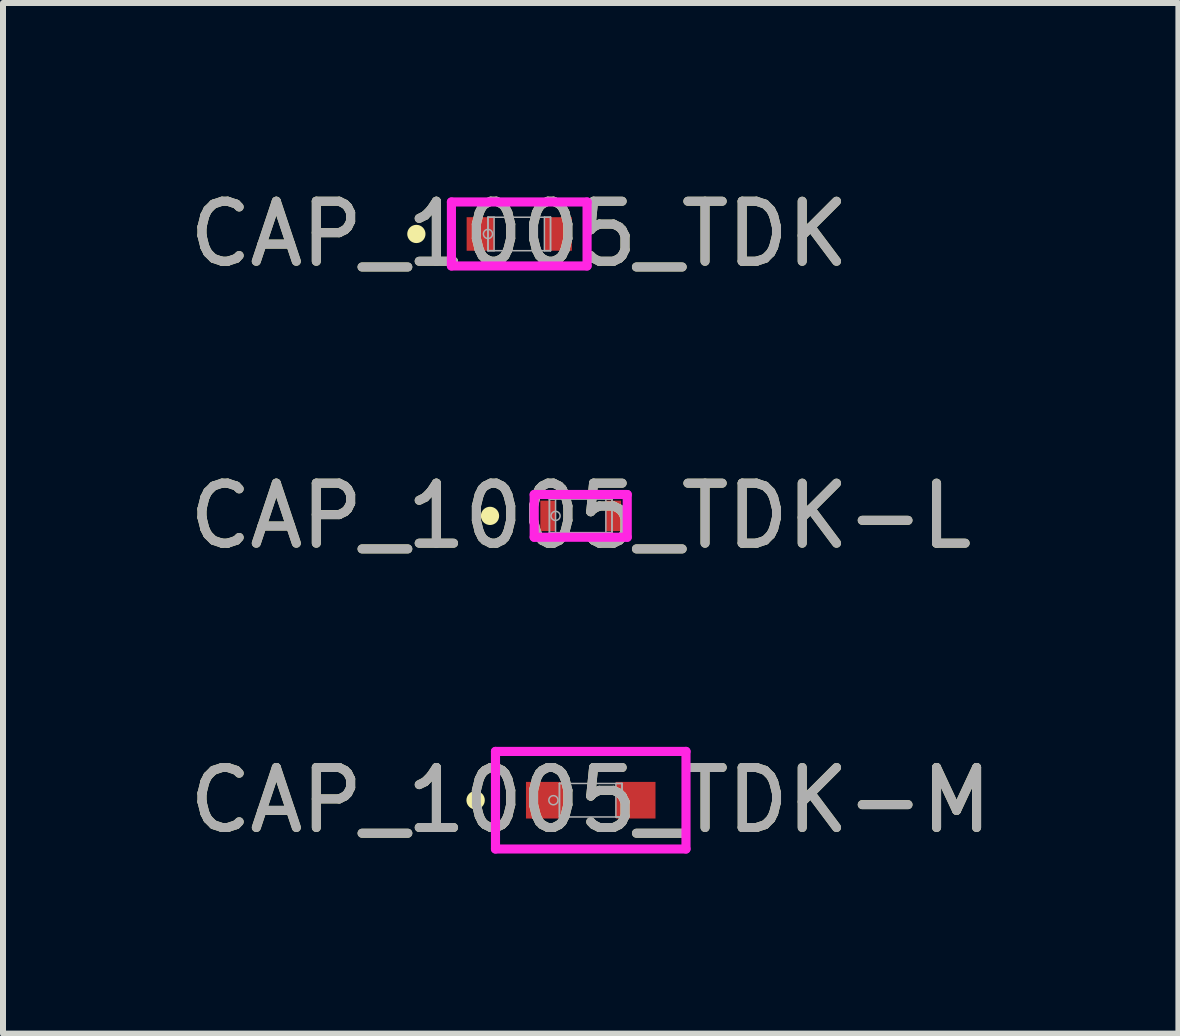
<source format=kicad_pcb>
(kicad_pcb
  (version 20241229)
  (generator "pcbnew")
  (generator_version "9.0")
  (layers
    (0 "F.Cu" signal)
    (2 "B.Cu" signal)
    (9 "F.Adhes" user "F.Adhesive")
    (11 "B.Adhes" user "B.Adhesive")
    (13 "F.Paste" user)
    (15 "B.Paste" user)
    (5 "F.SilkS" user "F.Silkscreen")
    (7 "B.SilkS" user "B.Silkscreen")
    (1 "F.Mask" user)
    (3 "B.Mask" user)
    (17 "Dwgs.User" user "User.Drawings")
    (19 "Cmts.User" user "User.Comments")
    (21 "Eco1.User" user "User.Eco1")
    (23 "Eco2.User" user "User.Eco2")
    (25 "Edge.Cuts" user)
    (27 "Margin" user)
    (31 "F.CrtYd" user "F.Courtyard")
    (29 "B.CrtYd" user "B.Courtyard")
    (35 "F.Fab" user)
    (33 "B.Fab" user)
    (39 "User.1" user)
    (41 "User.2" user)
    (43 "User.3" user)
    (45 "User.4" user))
  (footprint "CAP_1005_TDK-L"
    (layer "F.Cu")
    (at 6.625 5.545)
    (property "Reference" "CAP_1005_TDK-L" (at 0 0 0) (unlocked yes) (layer "F.SilkS") (effects (font (size 1 1) (thickness 0.15))))
    (attr smd)
    (fp_circle (center -1.511 0) (end -1.435 0) (stroke (width 0.152) (type solid)) (fill no) (layer "F.SilkS"))
    (fp_line (start -0.775 -0.356) (end 0.775 -0.356) (stroke (width 0.152) (type solid)) (layer "F.CrtYd"))
    (fp_line (start -0.775 0.356) (end -0.775 -0.356) (stroke (width 0.152) (type solid)) (layer "F.CrtYd"))
    (fp_line (start 0.775 -0.356) (end 0.775 0.356) (stroke (width 0.152) (type solid)) (layer "F.CrtYd"))
    (fp_line (start 0.775 0.356) (end -0.775 0.356) (stroke (width 0.152) (type solid)) (layer "F.CrtYd"))
    (fp_line (start -0.521 -0.279) (end -0.521 0.279) (stroke (width 0.025) (type solid)) (layer "F.Fab"))
    (fp_line (start -0.521 -0.279) (end -0.521 0.279) (stroke (width 0.025) (type solid)) (layer "F.Fab"))
    (fp_line (start -0.521 0.279) (end -0.419 0.279) (stroke (width 0.025) (type solid)) (layer "F.Fab"))
    (fp_line (start -0.521 0.279) (end 0.521 0.279) (stroke (width 0.025) (type solid)) (layer "F.Fab"))
    (fp_line (start -0.419 -0.279) (end -0.521 -0.279) (stroke (width 0.025) (type solid)) (layer "F.Fab"))
    (fp_line (start -0.419 0.279) (end -0.419 -0.279) (stroke (width 0.025) (type solid)) (layer "F.Fab"))
    (fp_line (start 0.419 -0.279) (end 0.419 0.279) (stroke (width 0.025) (type solid)) (layer "F.Fab"))
    (fp_line (start 0.419 0.279) (end 0.521 0.279) (stroke (width 0.025) (type solid)) (layer "F.Fab"))
    (fp_line (start 0.521 -0.279) (end -0.521 -0.279) (stroke (width 0.025) (type solid)) (layer "F.Fab"))
    (fp_line (start 0.521 -0.279) (end 0.419 -0.279) (stroke (width 0.025) (type solid)) (layer "F.Fab"))
    (fp_line (start 0.521 0.279) (end 0.521 -0.279) (stroke (width 0.025) (type solid)) (layer "F.Fab"))
    (fp_line (start 0.521 0.279) (end 0.521 -0.279) (stroke (width 0.025) (type solid)) (layer "F.Fab"))
    (fp_circle (center -0.419 0) (end -0.343 0) (stroke (width 0.025) (type solid)) (fill no) (layer "F.Fab"))
    (fp_text user "${REFERENCE}" (at 0 0 0) (unlocked yes) (layer "F.Fab") (effects (font (size 1 1) (thickness 0.15))))
    (pad "1" smd rect (at -0.546 0) (size 0.254 0.508) (layers "F.Cu" "F.Mask" "F.Paste"))
    (pad "2" smd rect (at 0.546 0) (size 0.254 0.508) (layers "F.Cu" "F.Mask" "F.Paste"))
    (zone (net_name "") (layer "F.Cu") (hatch full 0.508) (connect_pads) (min_thickness 0.254) (filled_areas_thickness no) (keepout (tracks not_allowed) (vias not_allowed) (pads allowed) (copperpour not_allowed) (footprints allowed)) (placement (enabled no)) (fill) (polygon (pts (xy 6.257 5.316) (xy 6.993 5.316) (xy 6.993 5.773) (xy 6.257 5.773)))))
  (footprint "CAP_1005_TDK-M"
    (layer "F.Cu")
    (at 6.792 10.282)
    (property "Reference" "CAP_1005_TDK-M" (at 0 0 0) (unlocked yes) (layer "F.SilkS") (effects (font (size 1 1) (thickness 0.15))))
    (attr smd)
    (fp_circle (center -1.918 0) (end -1.841 0) (stroke (width 0.152) (type solid)) (fill no) (layer "F.SilkS"))
    (fp_line (start -1.587 -0.813) (end 1.587 -0.813) (stroke (width 0.152) (type solid)) (layer "F.CrtYd"))
    (fp_line (start -1.587 0.813) (end -1.587 -0.813) (stroke (width 0.152) (type solid)) (layer "F.CrtYd"))
    (fp_line (start 1.587 -0.813) (end 1.587 0.813) (stroke (width 0.152) (type solid)) (layer "F.CrtYd"))
    (fp_line (start 1.587 0.813) (end -1.587 0.813) (stroke (width 0.152) (type solid)) (layer "F.CrtYd"))
    (fp_line (start -0.521 -0.279) (end -0.521 0.279) (stroke (width 0.025) (type solid)) (layer "F.Fab"))
    (fp_line (start -0.521 -0.279) (end -0.521 0.279) (stroke (width 0.025) (type solid)) (layer "F.Fab"))
    (fp_line (start -0.521 0.279) (end -0.419 0.279) (stroke (width 0.025) (type solid)) (layer "F.Fab"))
    (fp_line (start -0.521 0.279) (end 0.521 0.279) (stroke (width 0.025) (type solid)) (layer "F.Fab"))
    (fp_line (start -0.419 -0.279) (end -0.521 -0.279) (stroke (width 0.025) (type solid)) (layer "F.Fab"))
    (fp_line (start -0.419 0.279) (end -0.419 -0.279) (stroke (width 0.025) (type solid)) (layer "F.Fab"))
    (fp_line (start 0.419 -0.279) (end 0.419 0.279) (stroke (width 0.025) (type solid)) (layer "F.Fab"))
    (fp_line (start 0.419 0.279) (end 0.521 0.279) (stroke (width 0.025) (type solid)) (layer "F.Fab"))
    (fp_line (start 0.521 -0.279) (end -0.521 -0.279) (stroke (width 0.025) (type solid)) (layer "F.Fab"))
    (fp_line (start 0.521 -0.279) (end 0.419 -0.279) (stroke (width 0.025) (type solid)) (layer "F.Fab"))
    (fp_line (start 0.521 0.279) (end 0.521 -0.279) (stroke (width 0.025) (type solid)) (layer "F.Fab"))
    (fp_line (start 0.521 0.279) (end 0.521 -0.279) (stroke (width 0.025) (type solid)) (layer "F.Fab"))
    (fp_circle (center -0.622 0) (end -0.546 0) (stroke (width 0.025) (type solid)) (fill no) (layer "F.Fab"))
    (fp_text user "${REFERENCE}" (at 0 0 0) (unlocked yes) (layer "F.Fab") (effects (font (size 1 1) (thickness 0.15))))
    (pad "1" smd rect (at -0.749 0) (size 0.66 0.61) (layers "F.Cu" "F.Mask" "F.Paste"))
    (pad "2" smd rect (at 0.749 0) (size 0.66 0.61) (layers "F.Cu" "F.Mask" "F.Paste"))
    (zone (net_name "") (layer "F.Cu") (hatch full 0.508) (connect_pads) (min_thickness 0.254) (filled_areas_thickness no) (keepout (tracks not_allowed) (vias not_allowed) (pads allowed) (copperpour not_allowed) (footprints allowed)) (placement (enabled no)) (fill) (polygon (pts (xy 6.423 10.053) (xy 7.16 10.053) (xy 7.16 10.511) (xy 6.423 10.511)))))
  (footprint "CAP_1005_TDK"
    (layer "F.Cu")
    (at 5.601 0.848)
    (property "Reference" "CAP_1005_TDK" (at 0 0 0) (unlocked yes) (layer "F.SilkS") (effects (font (size 1 1) (thickness 0.15))))
    (attr smd)
    (fp_circle (center -1.714 0) (end -1.638 0) (stroke (width 0.152) (type solid)) (fill no) (layer "F.SilkS"))
    (fp_line (start -1.13 -0.533) (end 1.13 -0.533) (stroke (width 0.152) (type solid)) (layer "F.CrtYd"))
    (fp_line (start -1.13 0.533) (end -1.13 -0.533) (stroke (width 0.152) (type solid)) (layer "F.CrtYd"))
    (fp_line (start 1.13 -0.533) (end 1.13 0.533) (stroke (width 0.152) (type solid)) (layer "F.CrtYd"))
    (fp_line (start 1.13 0.533) (end -1.13 0.533) (stroke (width 0.152) (type solid)) (layer "F.CrtYd"))
    (fp_line (start -0.521 -0.279) (end -0.521 0.279) (stroke (width 0.025) (type solid)) (layer "F.Fab"))
    (fp_line (start -0.521 -0.279) (end -0.521 0.279) (stroke (width 0.025) (type solid)) (layer "F.Fab"))
    (fp_line (start -0.521 0.279) (end -0.419 0.279) (stroke (width 0.025) (type solid)) (layer "F.Fab"))
    (fp_line (start -0.521 0.279) (end 0.521 0.279) (stroke (width 0.025) (type solid)) (layer "F.Fab"))
    (fp_line (start -0.419 -0.279) (end -0.521 -0.279) (stroke (width 0.025) (type solid)) (layer "F.Fab"))
    (fp_line (start -0.419 0.279) (end -0.419 -0.279) (stroke (width 0.025) (type solid)) (layer "F.Fab"))
    (fp_line (start 0.419 -0.279) (end 0.419 0.279) (stroke (width 0.025) (type solid)) (layer "F.Fab"))
    (fp_line (start 0.419 0.279) (end 0.521 0.279) (stroke (width 0.025) (type solid)) (layer "F.Fab"))
    (fp_line (start 0.521 -0.279) (end -0.521 -0.279) (stroke (width 0.025) (type solid)) (layer "F.Fab"))
    (fp_line (start 0.521 -0.279) (end 0.419 -0.279) (stroke (width 0.025) (type solid)) (layer "F.Fab"))
    (fp_line (start 0.521 0.279) (end 0.521 -0.279) (stroke (width 0.025) (type solid)) (layer "F.Fab"))
    (fp_line (start 0.521 0.279) (end 0.521 -0.279) (stroke (width 0.025) (type solid)) (layer "F.Fab"))
    (fp_circle (center -0.521 0) (end -0.445 0) (stroke (width 0.025) (type solid)) (fill no) (layer "F.Fab"))
    (fp_text user "${REFERENCE}" (at 0 0 0) (unlocked yes) (layer "F.Fab") (effects (font (size 1 1) (thickness 0.15))))
    (pad "1" smd rect (at -0.648 0) (size 0.457 0.559) (layers "F.Cu" "F.Mask" "F.Paste"))
    (pad "2" smd rect (at 0.648 0) (size 0.457 0.559) (layers "F.Cu" "F.Mask" "F.Paste"))
    (zone (net_name "") (layer "F.Cu") (hatch full 0.508) (connect_pads) (min_thickness 0.254) (filled_areas_thickness no) (keepout (tracks not_allowed) (vias not_allowed) (pads allowed) (copperpour not_allowed) (footprints allowed)) (placement (enabled no)) (fill) (polygon (pts (xy 5.233 0.62) (xy 5.969 0.62) (xy 5.969 1.077) (xy 5.233 1.077)))))
  (gr_rect
    (start -3 -3)
    (end 16.583 14.171)
    (stroke (width 0.1) (type default))
    (fill no)
    (layer "Edge.Cuts")))
</source>
